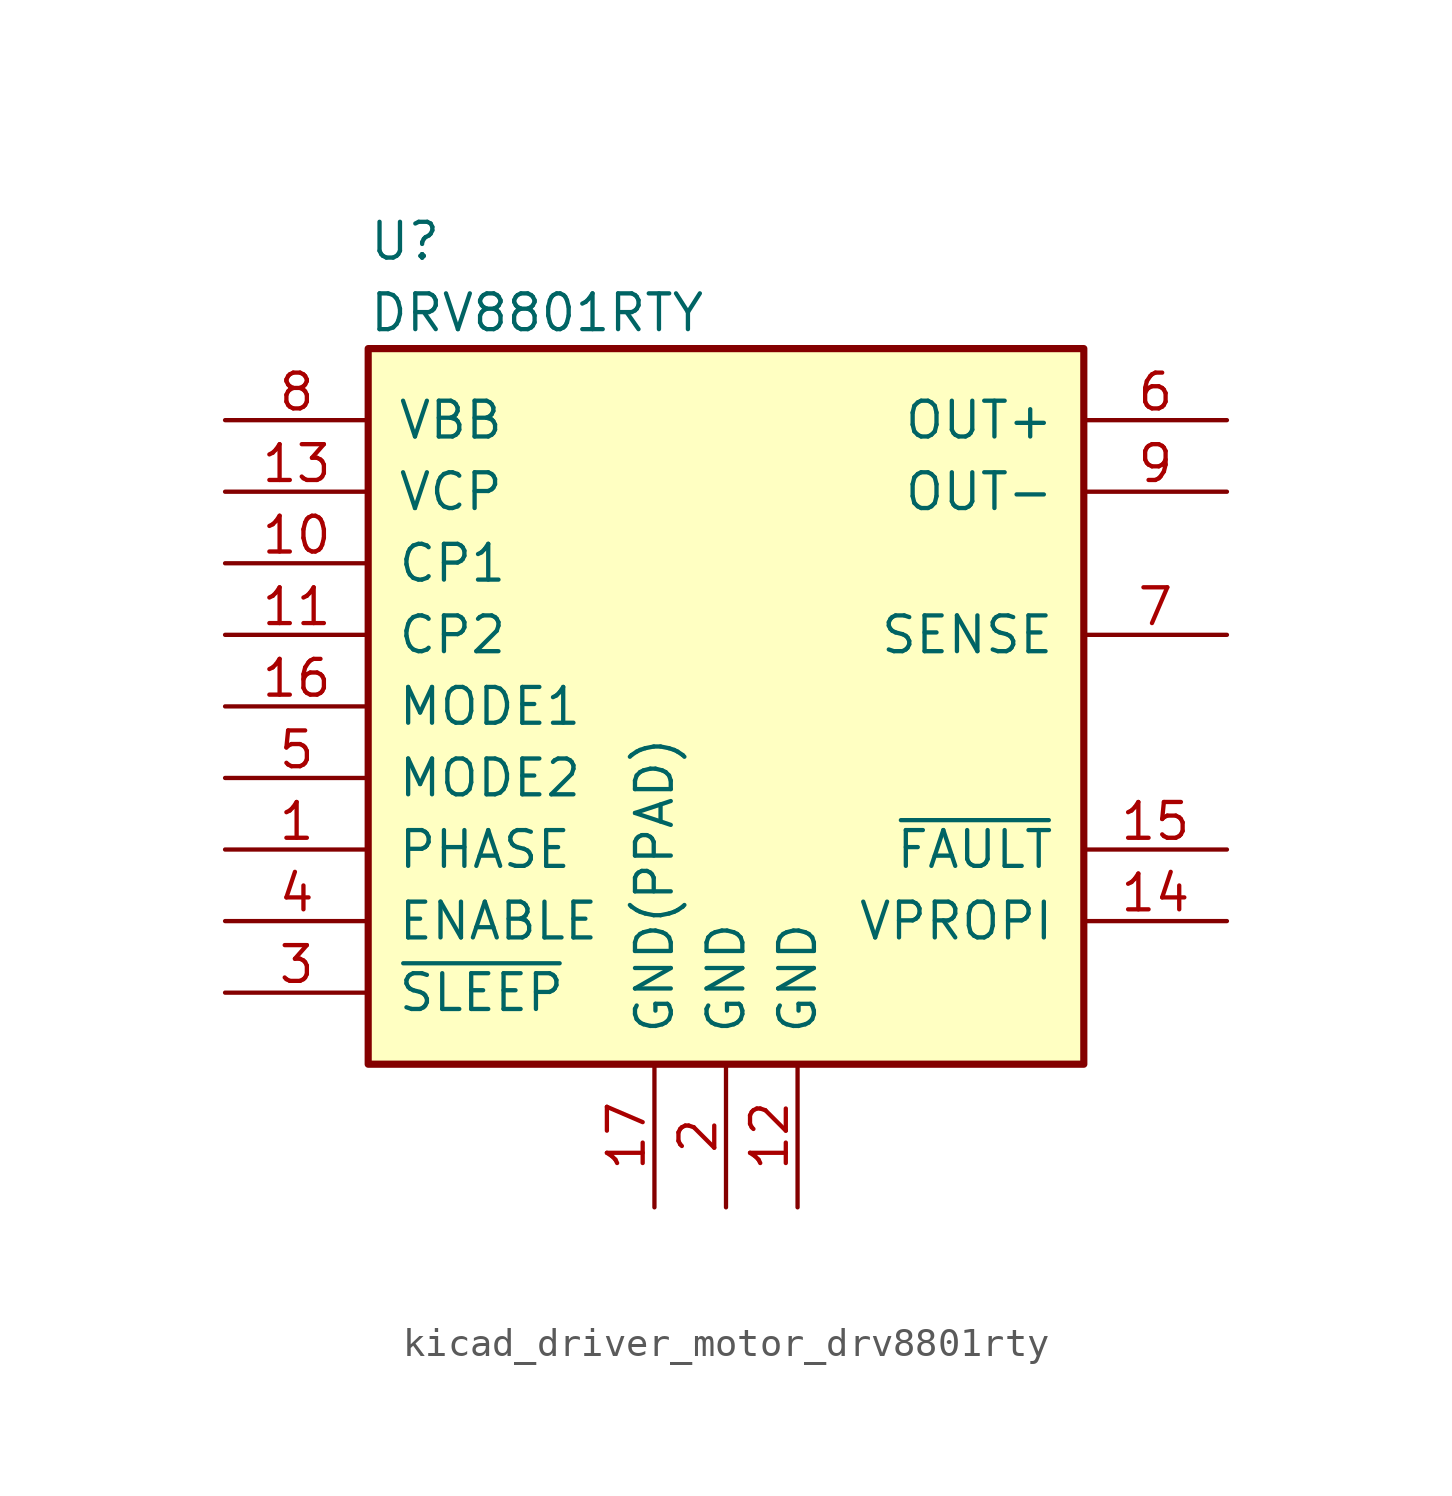
<source format=kicad_sym>
(kicad_symbol_lib
  (version 20220914)
  (generator kicad_symbol_editor)
  (symbol "kicad_driver_motor_drv8801rty"
    (pin_names
      (offset 1.016))
    (property "Reference" "U"
      (at -12.7 16.51 0)
      (effects (font (size 1.27 1.27)) (justify left)))
    (property "Value" "DRV8801RTY"
      (at -12.7 13.97 0)
      (effects (font (size 1.27 1.27)) (justify left)))
    (symbol "kicad_driver_motor_drv8801rty_0_1"
      (rectangle (start -12.7 12.7) (end 12.7 -12.7) (stroke (width 0.254) (type default)) (fill (type background))))
    (symbol "kicad_driver_motor_drv8801rty_1_1"
      (pin input line (at -17.78 -5.08 0) (length 5.08) (name "PHASE" (effects (font (size 1.27 1.27)))) (number "1" (effects (font (size 1.27 1.27)))))
      (pin power_in line (at -17.78 5.08 0) (length 5.08) (name "CP1" (effects (font (size 1.27 1.27)))) (number "10" (effects (font (size 1.27 1.27)))))
      (pin power_in line (at -17.78 2.54 0) (length 5.08) (name "CP2" (effects (font (size 1.27 1.27)))) (number "11" (effects (font (size 1.27 1.27)))))
      (pin power_in line (at 2.54 -17.78 90) (length 5.08) (name "GND" (effects (font (size 1.27 1.27)))) (number "12" (effects (font (size 1.27 1.27)))))
      (pin power_in line (at -17.78 7.62 0) (length 5.08) (name "VCP" (effects (font (size 1.27 1.27)))) (number "13" (effects (font (size 1.27 1.27)))))
      (pin output line (at 17.78 -7.62 180) (length 5.08) (name "VPROPI" (effects (font (size 1.27 1.27)))) (number "14" (effects (font (size 1.27 1.27)))))
      (pin open_collector line (at 17.78 -5.08 180) (length 5.08) (name "~{FAULT}" (effects (font (size 1.27 1.27)))) (number "15" (effects (font (size 1.27 1.27)))))
      (pin input line (at -17.78 0 0) (length 5.08) (name "MODE1" (effects (font (size 1.27 1.27)))) (number "16" (effects (font (size 1.27 1.27)))))
      (pin power_in line (at -2.54 -17.78 90) (length 5.08) (name "GND(PPAD)" (effects (font (size 1.27 1.27)))) (number "17" (effects (font (size 1.27 1.27)))))
      (pin power_in line (at 0 -17.78 90) (length 5.08) (name "GND" (effects (font (size 1.27 1.27)))) (number "2" (effects (font (size 1.27 1.27)))))
      (pin input line (at -17.78 -10.16 0) (length 5.08) (name "~{SLEEP}" (effects (font (size 1.27 1.27)))) (number "3" (effects (font (size 1.27 1.27)))))
      (pin input line (at -17.78 -7.62 0) (length 5.08) (name "ENABLE" (effects (font (size 1.27 1.27)))) (number "4" (effects (font (size 1.27 1.27)))))
      (pin input line (at -17.78 -2.54 0) (length 5.08) (name "MODE2" (effects (font (size 1.27 1.27)))) (number "5" (effects (font (size 1.27 1.27)))))
      (pin power_out line (at 17.78 10.16 180) (length 5.08) (name "OUT+" (effects (font (size 1.27 1.27)))) (number "6" (effects (font (size 1.27 1.27)))))
      (pin power_out line (at 17.78 2.54 180) (length 5.08) (name "SENSE" (effects (font (size 1.27 1.27)))) (number "7" (effects (font (size 1.27 1.27)))))
      (pin power_in line (at -17.78 10.16 0) (length 5.08) (name "VBB" (effects (font (size 1.27 1.27)))) (number "8" (effects (font (size 1.27 1.27)))))
      (pin power_out line (at 17.78 7.62 180) (length 5.08) (name "OUT-" (effects (font (size 1.27 1.27)))) (number "9" (effects (font (size 1.27 1.27))))))))
</source>
